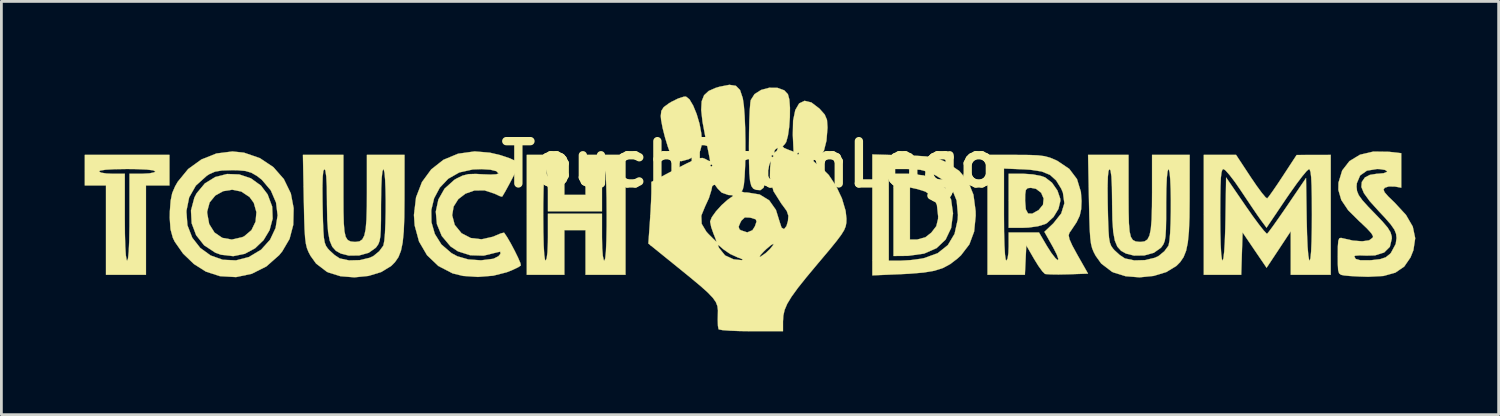
<source format=kicad_pcb>
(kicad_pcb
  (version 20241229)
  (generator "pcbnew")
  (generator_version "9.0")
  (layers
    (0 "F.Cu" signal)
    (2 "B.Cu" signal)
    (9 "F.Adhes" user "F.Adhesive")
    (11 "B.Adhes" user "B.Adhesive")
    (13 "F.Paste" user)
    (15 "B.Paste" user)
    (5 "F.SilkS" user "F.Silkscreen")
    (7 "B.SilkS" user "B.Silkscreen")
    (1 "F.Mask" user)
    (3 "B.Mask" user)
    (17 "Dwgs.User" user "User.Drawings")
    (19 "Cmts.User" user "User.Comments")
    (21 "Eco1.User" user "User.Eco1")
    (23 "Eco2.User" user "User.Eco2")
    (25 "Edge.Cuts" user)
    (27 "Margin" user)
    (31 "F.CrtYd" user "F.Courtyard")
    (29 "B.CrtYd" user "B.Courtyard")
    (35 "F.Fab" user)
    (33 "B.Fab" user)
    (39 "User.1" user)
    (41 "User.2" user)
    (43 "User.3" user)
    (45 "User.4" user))
  (footprint "TouchDrumLogo"
    (layer "F.Cu")
    (at 23.966 2.868)
    (property "Reference" "TouchDrumLogo" (at 0 0 0) (layer "F.SilkS") (effects (font (size 1.524 1.524) (thickness 0.3))))
    (attr through_hole)
    (fp_poly (pts (xy -2.184 -2.341) (xy -2.05 -2.116) (xy -1.924 -1.809) (xy -1.821 -1.46) (xy -1.757 -1.114) (xy -1.745 -0.943) (xy -1.751 -0.662) (xy -1.796 -0.49) (xy -1.9 -0.367) (xy -1.947 -0.33) (xy -2.207 -0.185) (xy -2.47 -0.114) (xy -2.684 -0.128) (xy -2.769 -0.183) (xy -2.857 -0.35) (xy -2.96 -0.628) (xy -3.063 -0.966) (xy -3.15 -1.308) (xy -3.205 -1.6) (xy -3.217 -1.741) (xy -3.197 -1.924) (xy -3.111 -2.059) (xy -2.921 -2.198) (xy -2.839 -2.247) (xy -2.593 -2.369) (xy -2.385 -2.436) (xy -2.31 -2.44) (xy -2.184 -2.341)) (stroke (width 0.01) (type solid)) (fill yes) (layer "F.SilkS"))
    (fp_poly (pts (xy 6.253 0.4) (xy 6.704 0.579) (xy 7.035 0.87) (xy 7.239 1.267) (xy 7.309 1.765) (xy 7.309 1.768) (xy 7.242 2.292) (xy 7.043 2.71) (xy 6.717 3.019) (xy 6.267 3.216) (xy 5.697 3.296) (xy 5.609 3.298) (xy 5.165 3.302) (xy 5.165 2.709) (xy 5.757 2.709) (xy 6.018 2.709) (xy 6.313 2.628) (xy 6.526 2.462) (xy 6.706 2.229) (xy 6.77 1.968) (xy 6.773 1.873) (xy 6.728 1.46) (xy 6.579 1.17) (xy 6.311 0.981) (xy 6.03 0.893) (xy 5.757 0.833) (xy 5.757 2.709) (xy 5.165 2.709) (xy 5.165 0.339) (xy 5.688 0.339) (xy 6.253 0.4)) (stroke (width 0.01) (type solid)) (fill yes) (layer "F.SilkS"))
    (fp_poly (pts (xy 10.186 0.363) (xy 10.502 0.426) (xy 10.627 0.472) (xy 10.873 0.662) (xy 11.069 0.942) (xy 11.171 1.24) (xy 11.176 1.312) (xy 11.107 1.604) (xy 10.93 1.896) (xy 10.693 2.116) (xy 10.627 2.152) (xy 10.368 2.231) (xy 10.023 2.279) (xy 9.83 2.286) (xy 9.313 2.286) (xy 9.313 1.312) (xy 9.906 1.312) (xy 9.93 1.619) (xy 10.012 1.77) (xy 10.163 1.776) (xy 10.395 1.646) (xy 10.55 1.455) (xy 10.573 1.232) (xy 10.483 1.024) (xy 10.296 0.882) (xy 10.112 0.847) (xy 9.994 0.86) (xy 9.932 0.926) (xy 9.909 1.087) (xy 9.906 1.312) (xy 9.313 1.312) (xy 9.313 0.339) (xy 9.83 0.339) (xy 10.186 0.363)) (stroke (width 0.01) (type solid)) (fill yes) (layer "F.SilkS"))
    (fp_poly (pts (xy -20.913 0.762) (xy -21.759 0.762) (xy -21.759 3.979) (xy -23.199 3.979) (xy -23.199 0.762) (xy -23.961 0.762) (xy -23.961 0.254) (xy -23.453 0.254) (xy -23.376 0.3) (xy -23.179 0.331) (xy -22.987 0.339) (xy -22.521 0.339) (xy -22.521 1.905) (xy -22.517 2.498) (xy -22.504 2.96) (xy -22.483 3.28) (xy -22.454 3.448) (xy -22.437 3.471) (xy -22.405 3.389) (xy -22.38 3.147) (xy -22.362 2.759) (xy -22.353 2.234) (xy -22.352 1.905) (xy -22.352 0.339) (xy -21.886 0.339) (xy -21.631 0.325) (xy -21.462 0.289) (xy -21.421 0.254) (xy -21.502 0.217) (xy -21.733 0.189) (xy -22.095 0.173) (xy -22.437 0.169) (xy -22.883 0.176) (xy -23.213 0.195) (xy -23.407 0.226) (xy -23.453 0.254) (xy -23.961 0.254) (xy -23.961 -0.339) (xy -20.913 -0.339) (xy -20.913 0.762)) (stroke (width 0.01) (type solid)) (fill yes) (layer "F.SilkS"))
    (fp_poly (pts (xy -18.399 0.365) (xy -17.981 0.504) (xy -17.618 0.766) (xy -17.377 1.083) (xy -17.213 1.522) (xy -17.196 1.958) (xy -17.306 2.369) (xy -17.523 2.731) (xy -17.827 3.023) (xy -18.198 3.223) (xy -18.615 3.308) (xy -19.059 3.256) (xy -19.262 3.182) (xy -19.664 2.917) (xy -19.952 2.553) (xy -20.113 2.123) (xy -20.133 1.75) (xy -19.555 1.75) (xy -19.482 2.151) (xy -19.291 2.456) (xy -19.01 2.648) (xy -18.667 2.71) (xy -18.29 2.624) (xy -18.216 2.589) (xy -17.958 2.369) (xy -17.811 2.064) (xy -17.781 1.722) (xy -17.875 1.389) (xy -18.027 1.179) (xy -18.325 0.981) (xy -18.654 0.915) (xy -18.979 0.968) (xy -19.262 1.125) (xy -19.466 1.374) (xy -19.554 1.7) (xy -19.555 1.75) (xy -20.133 1.75) (xy -20.137 1.66) (xy -20.015 1.199) (xy -19.935 1.044) (xy -19.638 0.688) (xy -19.261 0.456) (xy -18.837 0.349) (xy -18.399 0.365)) (stroke (width 0.01) (type solid)) (fill yes) (layer "F.SilkS"))
    (fp_poly (pts (xy 5.524 -0.323) (xy 5.995 -0.307) (xy 6.335 -0.285) (xy 6.584 -0.251) (xy 6.782 -0.199) (xy 6.968 -0.121) (xy 7.086 -0.062) (xy 7.536 0.241) (xy 7.853 0.621) (xy 8.045 1.096) (xy 8.123 1.683) (xy 8.126 1.854) (xy 8.07 2.42) (xy 7.898 2.883) (xy 7.595 3.278) (xy 7.464 3.398) (xy 7.209 3.593) (xy 6.945 3.735) (xy 6.636 3.834) (xy 6.248 3.899) (xy 5.744 3.941) (xy 5.44 3.956) (xy 4.403 4) (xy 4.403 0.169) (xy 4.995 0.169) (xy 4.995 3.471) (xy 5.414 3.471) (xy 5.767 3.451) (xy 6.146 3.402) (xy 6.264 3.379) (xy 6.755 3.202) (xy 7.123 2.909) (xy 7.365 2.504) (xy 7.478 1.992) (xy 7.486 1.82) (xy 7.44 1.308) (xy 7.28 0.908) (xy 6.992 0.593) (xy 6.692 0.402) (xy 6.405 0.27) (xy 6.135 0.199) (xy 5.807 0.172) (xy 5.621 0.169) (xy 4.995 0.169) (xy 4.403 0.169) (xy 4.403 -0.355) (xy 5.524 -0.323)) (stroke (width 0.01) (type solid)) (fill yes) (layer "F.SilkS"))
    (fp_poly (pts (xy -6.689 1.101) (xy -5.927 1.101) (xy -5.927 -0.339) (xy -4.487 -0.339) (xy -4.487 3.979) (xy -5.927 3.979) (xy -5.927 2.371) (xy -6.689 2.371) (xy -6.689 3.979) (xy -8.043 3.979) (xy -8.043 1.82) (xy -7.451 1.82) (xy -7.446 2.433) (xy -7.434 2.914) (xy -7.414 3.252) (xy -7.387 3.437) (xy -7.366 3.471) (xy -7.327 3.391) (xy -7.298 3.166) (xy -7.283 2.82) (xy -7.281 2.625) (xy -7.281 1.778) (xy -5.334 1.778) (xy -5.334 2.625) (xy -5.326 3.018) (xy -5.303 3.302) (xy -5.269 3.453) (xy -5.249 3.471) (xy -5.218 3.388) (xy -5.193 3.146) (xy -5.176 2.756) (xy -5.166 2.226) (xy -5.165 1.82) (xy -5.169 1.208) (xy -5.181 0.727) (xy -5.201 0.389) (xy -5.229 0.203) (xy -5.249 0.169) (xy -5.29 0.249) (xy -5.319 0.471) (xy -5.333 0.805) (xy -5.334 0.931) (xy -5.334 1.693) (xy -7.281 1.693) (xy -7.281 0.931) (xy -7.29 0.566) (xy -7.315 0.306) (xy -7.352 0.178) (xy -7.366 0.169) (xy -7.397 0.252) (xy -7.422 0.494) (xy -7.439 0.885) (xy -7.449 1.414) (xy -7.451 1.82) (xy -8.043 1.82) (xy -8.043 -0.339) (xy -6.689 -0.339) (xy -6.689 1.101)) (stroke (width 0.01) (type solid)) (fill yes) (layer "F.SilkS"))
    (fp_poly (pts (xy -18.23 -0.42) (xy -17.655 -0.222) (xy -17.169 0.103) (xy -16.792 0.533) (xy -16.541 1.049) (xy -16.44 1.579) (xy -16.454 2.18) (xy -16.587 2.687) (xy -16.852 3.138) (xy -16.963 3.273) (xy -17.422 3.678) (xy -17.949 3.943) (xy -18.515 4.062) (xy -19.093 4.029) (xy -19.6 3.865) (xy -20.031 3.592) (xy -20.423 3.215) (xy -20.721 2.79) (xy -20.79 2.648) (xy -20.875 2.339) (xy -20.903 1.928) (xy -20.898 1.687) (xy -20.303 1.687) (xy -20.265 2.196) (xy -20.091 2.644) (xy -19.804 3.012) (xy -19.43 3.283) (xy -18.993 3.438) (xy -18.518 3.46) (xy -18.054 3.34) (xy -17.611 3.074) (xy -17.289 2.716) (xy -17.09 2.294) (xy -17.017 1.838) (xy -17.074 1.377) (xy -17.262 0.94) (xy -17.585 0.557) (xy -17.766 0.416) (xy -17.965 0.302) (xy -18.181 0.239) (xy -18.473 0.214) (xy -18.669 0.212) (xy -19.024 0.223) (xy -19.27 0.264) (xy -19.47 0.351) (xy -19.572 0.416) (xy -19.962 0.767) (xy -20.203 1.191) (xy -20.303 1.687) (xy -20.898 1.687) (xy -20.898 1.687) (xy -20.87 1.312) (xy -20.814 1.038) (xy -20.709 0.793) (xy -20.614 0.628) (xy -20.239 0.17) (xy -19.763 -0.174) (xy -19.221 -0.39) (xy -18.644 -0.463) (xy -18.23 -0.42)) (stroke (width 0.01) (type solid)) (fill yes) (layer "F.SilkS"))
    (fp_poly (pts (xy 10.044 -0.336) (xy 10.367 -0.323) (xy 10.605 -0.293) (xy 10.798 -0.241) (xy 10.99 -0.161) (xy 11.076 -0.119) (xy 11.497 0.165) (xy 11.774 0.532) (xy 11.915 0.994) (xy 11.938 1.32) (xy 11.925 1.615) (xy 11.872 1.852) (xy 11.758 2.089) (xy 11.56 2.385) (xy 11.505 2.461) (xy 11.474 2.555) (xy 11.504 2.7) (xy 11.605 2.926) (xy 11.789 3.263) (xy 11.79 3.265) (xy 12.172 3.937) (xy 11.448 3.962) (xy 11.106 3.969) (xy 10.824 3.965) (xy 10.648 3.953) (xy 10.621 3.947) (xy 10.529 3.858) (xy 10.387 3.663) (xy 10.233 3.414) (xy 9.948 2.921) (xy 9.923 3.45) (xy 9.898 3.979) (xy 8.551 3.979) (xy 8.551 1.812) (xy 9.144 1.812) (xy 9.148 2.426) (xy 9.161 2.909) (xy 9.181 3.249) (xy 9.208 3.436) (xy 9.229 3.471) (xy 9.274 3.394) (xy 9.304 3.193) (xy 9.313 2.963) (xy 9.313 2.455) (xy 10.406 2.455) (xy 10.687 2.936) (xy 10.848 3.189) (xy 10.993 3.376) (xy 11.083 3.454) (xy 11.102 3.408) (xy 11.045 3.247) (xy 10.92 3.001) (xy 10.899 2.963) (xy 10.6 2.432) (xy 10.923 2.126) (xy 11.206 1.771) (xy 11.32 1.404) (xy 11.267 1.022) (xy 11.206 0.877) (xy 11.023 0.58) (xy 10.8 0.38) (xy 10.5 0.258) (xy 10.087 0.196) (xy 9.858 0.182) (xy 9.144 0.152) (xy 9.144 1.812) (xy 8.551 1.812) (xy 8.551 -0.339) (xy 9.593 -0.339) (xy 10.044 -0.336)) (stroke (width 0.01) (type solid)) (fill yes) (layer "F.SilkS"))
    (fp_poly (pts (xy 18.033 0.464) (xy 18.248 0.779) (xy 18.432 1.029) (xy 18.565 1.187) (xy 18.624 1.229) (xy 18.693 1.147) (xy 18.832 0.953) (xy 19.019 0.679) (xy 19.185 0.428) (xy 19.685 -0.336) (xy 20.299 -0.337) (xy 20.913 -0.339) (xy 20.913 3.979) (xy 19.473 3.979) (xy 19.473 3.196) (xy 19.472 2.413) (xy 19.038 3.07) (xy 18.603 3.726) (xy 18.17 3.09) (xy 17.738 2.453) (xy 17.713 3.216) (xy 17.689 3.979) (xy 16.341 3.979) (xy 16.341 1.82) (xy 16.933 1.82) (xy 16.937 2.411) (xy 16.949 2.885) (xy 16.968 3.228) (xy 16.994 3.426) (xy 17.016 3.471) (xy 17.047 3.39) (xy 17.075 3.156) (xy 17.098 2.789) (xy 17.115 2.307) (xy 17.122 1.973) (xy 17.145 0.474) (xy 17.853 1.506) (xy 18.105 1.866) (xy 18.326 2.165) (xy 18.498 2.382) (xy 18.602 2.492) (xy 18.623 2.5) (xy 18.691 2.419) (xy 18.834 2.225) (xy 19.034 1.942) (xy 19.272 1.599) (xy 19.355 1.477) (xy 20.024 0.493) (xy 20.047 1.982) (xy 20.06 2.523) (xy 20.079 2.959) (xy 20.105 3.272) (xy 20.134 3.443) (xy 20.153 3.471) (xy 20.182 3.389) (xy 20.206 3.151) (xy 20.223 2.773) (xy 20.233 2.266) (xy 20.235 1.82) (xy 20.233 1.223) (xy 20.224 0.778) (xy 20.209 0.468) (xy 20.186 0.276) (xy 20.153 0.185) (xy 20.13 0.173) (xy 20.047 0.241) (xy 19.892 0.426) (xy 19.682 0.703) (xy 19.437 1.048) (xy 19.312 1.23) (xy 18.601 2.284) (xy 18.405 2.019) (xy 18.277 1.838) (xy 18.086 1.558) (xy 17.86 1.221) (xy 17.687 0.962) (xy 17.468 0.644) (xy 17.272 0.387) (xy 17.123 0.219) (xy 17.049 0.169) (xy 17.008 0.198) (xy 16.978 0.298) (xy 16.956 0.487) (xy 16.943 0.787) (xy 16.936 1.216) (xy 16.933 1.794) (xy 16.933 1.82) (xy 16.341 1.82) (xy 16.341 -0.339) (xy 17.504 -0.339) (xy 18.033 0.464)) (stroke (width 0.01) (type solid)) (fill yes) (layer "F.SilkS"))
    (fp_poly (pts (xy -9.372 -0.419) (xy -9.001 -0.332) (xy -8.656 -0.217) (xy -8.392 -0.094) (xy -8.309 -0.036) (xy -8.335 0.04) (xy -8.421 0.222) (xy -8.543 0.464) (xy -8.68 0.725) (xy -8.808 0.96) (xy -8.905 1.126) (xy -8.932 1.166) (xy -9.01 1.147) (xy -9.176 1.07) (xy -9.195 1.06) (xy -9.568 0.938) (xy -9.929 0.943) (xy -10.251 1.056) (xy -10.51 1.255) (xy -10.678 1.521) (xy -10.73 1.833) (xy -10.641 2.172) (xy -10.632 2.19) (xy -10.393 2.482) (xy -10.06 2.655) (xy -9.67 2.7) (xy -9.256 2.607) (xy -9.175 2.571) (xy -8.982 2.49) (xy -8.867 2.462) (xy -8.857 2.465) (xy -8.753 2.619) (xy -8.619 2.85) (xy -8.48 3.112) (xy -8.357 3.362) (xy -8.275 3.554) (xy -8.256 3.642) (xy -8.354 3.709) (xy -8.562 3.807) (xy -8.768 3.889) (xy -9.255 4.012) (xy -9.803 4.056) (xy -10.338 4.02) (xy -10.713 3.929) (xy -11.228 3.662) (xy -11.636 3.273) (xy -11.924 2.78) (xy -12.081 2.202) (xy -12.107 1.825) (xy -12.086 1.65) (xy -11.483 1.65) (xy -11.476 2.087) (xy -11.355 2.508) (xy -11.117 2.888) (xy -10.755 3.199) (xy -10.545 3.312) (xy -10.149 3.426) (xy -9.692 3.458) (xy -9.261 3.404) (xy -9.235 3.397) (xy -9.063 3.31) (xy -8.991 3.223) (xy -8.999 3.146) (xy -9.111 3.17) (xy -9.594 3.289) (xy -10.08 3.275) (xy -10.523 3.134) (xy -10.791 2.955) (xy -11.105 2.581) (xy -11.28 2.153) (xy -11.32 1.705) (xy -11.227 1.269) (xy -11.005 0.877) (xy -10.656 0.562) (xy -10.578 0.515) (xy -10.356 0.407) (xy -10.145 0.354) (xy -9.877 0.346) (xy -9.643 0.359) (xy -9.354 0.37) (xy -9.145 0.36) (xy -9.06 0.331) (xy -9.059 0.329) (xy -9.138 0.247) (xy -9.354 0.194) (xy -9.676 0.174) (xy -9.985 0.185) (xy -10.473 0.293) (xy -10.872 0.52) (xy -11.176 0.84) (xy -11.381 1.225) (xy -11.483 1.65) (xy -12.086 1.65) (xy -12.031 1.189) (xy -11.818 0.638) (xy -11.484 0.183) (xy -11.045 -0.162) (xy -10.517 -0.382) (xy -9.918 -0.465) (xy -9.372 -0.419)) (stroke (width 0.01) (type solid)) (fill yes) (layer "F.SilkS"))
    (fp_poly (pts (xy 23.008 -0.451) (xy 23.453 -0.4) (xy 23.453 0.842) (xy 23.22 0.8) (xy 23.002 0.798) (xy 22.86 0.844) (xy 22.815 0.907) (xy 22.852 1.005) (xy 22.988 1.161) (xy 23.218 1.383) (xy 23.624 1.823) (xy 23.868 2.244) (xy 23.956 2.662) (xy 23.891 3.093) (xy 23.786 3.355) (xy 23.56 3.683) (xy 23.241 3.902) (xy 22.81 4.022) (xy 22.262 4.051) (xy 21.917 4.04) (xy 21.609 4.023) (xy 21.404 4.004) (xy 21.399 4.003) (xy 21.284 3.98) (xy 21.215 3.928) (xy 21.18 3.811) (xy 21.168 3.593) (xy 21.167 3.309) (xy 21.759 3.309) (xy 21.813 3.409) (xy 21.986 3.457) (xy 22.299 3.457) (xy 22.386 3.452) (xy 22.695 3.416) (xy 22.895 3.349) (xy 23.048 3.226) (xy 23.084 3.185) (xy 23.254 2.868) (xy 23.283 2.657) (xy 23.267 2.505) (xy 23.206 2.353) (xy 23.077 2.168) (xy 22.862 1.921) (xy 22.648 1.693) (xy 22.316 1.325) (xy 22.109 1.04) (xy 22.017 0.818) (xy 22.032 0.636) (xy 22.145 0.473) (xy 22.146 0.472) (xy 22.323 0.381) (xy 22.582 0.339) (xy 22.612 0.339) (xy 22.822 0.32) (xy 22.937 0.272) (xy 22.945 0.254) (xy 22.869 0.203) (xy 22.679 0.173) (xy 22.58 0.169) (xy 22.216 0.229) (xy 21.971 0.402) (xy 21.853 0.682) (xy 21.844 0.81) (xy 21.86 0.961) (xy 21.921 1.11) (xy 22.049 1.289) (xy 22.265 1.529) (xy 22.479 1.749) (xy 22.772 2.055) (xy 22.961 2.276) (xy 23.066 2.446) (xy 23.109 2.593) (xy 23.114 2.672) (xy 23.043 2.971) (xy 22.837 3.176) (xy 22.508 3.28) (xy 22.205 3.288) (xy 21.957 3.28) (xy 21.795 3.292) (xy 21.759 3.309) (xy 21.167 3.309) (xy 21.167 3.291) (xy 21.17 2.954) (xy 21.186 2.756) (xy 21.222 2.665) (xy 21.284 2.649) (xy 21.315 2.657) (xy 21.711 2.747) (xy 22.047 2.773) (xy 22.295 2.738) (xy 22.425 2.643) (xy 22.437 2.589) (xy 22.377 2.485) (xy 22.217 2.309) (xy 21.991 2.094) (xy 21.94 2.049) (xy 21.541 1.653) (xy 21.294 1.285) (xy 21.188 0.925) (xy 21.192 0.662) (xy 21.326 0.222) (xy 21.588 -0.116) (xy 21.967 -0.346) (xy 22.451 -0.459) (xy 23.008 -0.451)) (stroke (width 0.01) (type solid)) (fill yes) (layer "F.SilkS"))
    (fp_poly (pts (xy -14.647 1.126) (xy -14.645 1.697) (xy -14.634 2.12) (xy -14.609 2.418) (xy -14.565 2.613) (xy -14.494 2.725) (xy -14.391 2.778) (xy -14.251 2.794) (xy -14.205 2.794) (xy -14.069 2.775) (xy -13.967 2.705) (xy -13.894 2.564) (xy -13.845 2.331) (xy -13.817 1.985) (xy -13.803 1.507) (xy -13.801 1.01) (xy -13.801 -0.339) (xy -12.446 -0.339) (xy -12.448 1.249) (xy -12.454 1.907) (xy -12.474 2.421) (xy -12.513 2.815) (xy -12.575 3.114) (xy -12.665 3.342) (xy -12.789 3.523) (xy -12.924 3.659) (xy -13.285 3.88) (xy -13.745 4.02) (xy -14.251 4.071) (xy -14.751 4.031) (xy -15.194 3.894) (xy -15.248 3.868) (xy -15.631 3.575) (xy -15.832 3.296) (xy -15.905 3.157) (xy -15.96 3.021) (xy -15.999 2.859) (xy -16.027 2.644) (xy -16.046 2.348) (xy -16.06 1.943) (xy -16.071 1.401) (xy -16.074 1.291) (xy -16.083 0.815) (xy -15.403 0.815) (xy -15.399 1.338) (xy -15.396 1.517) (xy -15.384 2.025) (xy -15.37 2.392) (xy -15.35 2.647) (xy -15.32 2.82) (xy -15.275 2.938) (xy -15.21 3.032) (xy -15.155 3.093) (xy -14.965 3.267) (xy -14.787 3.385) (xy -14.774 3.391) (xy -14.444 3.461) (xy -14.057 3.451) (xy -13.7 3.366) (xy -13.566 3.302) (xy -13.358 3.132) (xy -13.216 2.939) (xy -13.206 2.915) (xy -13.174 2.753) (xy -13.15 2.475) (xy -13.134 2.117) (xy -13.125 1.711) (xy -13.124 1.294) (xy -13.131 0.897) (xy -13.145 0.557) (xy -13.167 0.306) (xy -13.197 0.178) (xy -13.208 0.169) (xy -13.242 0.252) (xy -13.268 0.489) (xy -13.285 0.868) (xy -13.292 1.374) (xy -13.293 1.477) (xy -13.294 1.977) (xy -13.301 2.338) (xy -13.316 2.588) (xy -13.344 2.757) (xy -13.388 2.874) (xy -13.453 2.97) (xy -13.486 3.009) (xy -13.737 3.187) (xy -14.08 3.282) (xy -14.453 3.287) (xy -14.741 3.214) (xy -14.919 3.114) (xy -15.05 2.967) (xy -15.142 2.748) (xy -15.199 2.435) (xy -15.23 2.004) (xy -15.24 1.429) (xy -15.24 1.357) (xy -15.246 0.814) (xy -15.265 0.437) (xy -15.297 0.223) (xy -15.332 0.169) (xy -15.37 0.239) (xy -15.393 0.451) (xy -15.403 0.815) (xy -16.083 0.815) (xy -16.105 -0.339) (xy -14.647 -0.339) (xy -14.647 1.126)) (stroke (width 0.01) (type solid)) (fill yes) (layer "F.SilkS"))
    (fp_poly (pts (xy 13.631 1.126) (xy 13.634 1.697) (xy 13.644 2.12) (xy 13.669 2.418) (xy 13.714 2.613) (xy 13.785 2.725) (xy 13.887 2.778) (xy 14.027 2.794) (xy 14.074 2.794) (xy 14.21 2.775) (xy 14.312 2.705) (xy 14.385 2.564) (xy 14.433 2.331) (xy 14.462 1.985) (xy 14.475 1.507) (xy 14.478 1.01) (xy 14.478 -0.339) (xy 15.833 -0.339) (xy 15.831 1.249) (xy 15.825 1.907) (xy 15.805 2.421) (xy 15.766 2.815) (xy 15.704 3.114) (xy 15.613 3.342) (xy 15.49 3.523) (xy 15.355 3.659) (xy 14.994 3.88) (xy 14.534 4.02) (xy 14.028 4.071) (xy 13.528 4.031) (xy 13.084 3.894) (xy 13.031 3.868) (xy 12.648 3.575) (xy 12.447 3.296) (xy 12.374 3.157) (xy 12.319 3.021) (xy 12.279 2.859) (xy 12.252 2.644) (xy 12.233 2.348) (xy 12.219 1.943) (xy 12.207 1.401) (xy 12.205 1.291) (xy 12.196 0.815) (xy 12.876 0.815) (xy 12.88 1.338) (xy 12.883 1.517) (xy 12.895 2.025) (xy 12.909 2.392) (xy 12.928 2.647) (xy 12.959 2.82) (xy 13.004 2.938) (xy 13.069 3.032) (xy 13.123 3.093) (xy 13.314 3.267) (xy 13.492 3.385) (xy 13.504 3.391) (xy 13.835 3.461) (xy 14.222 3.451) (xy 14.579 3.366) (xy 14.713 3.302) (xy 14.921 3.132) (xy 15.063 2.939) (xy 15.073 2.915) (xy 15.105 2.753) (xy 15.129 2.475) (xy 15.145 2.117) (xy 15.154 1.711) (xy 15.155 1.294) (xy 15.148 0.897) (xy 15.133 0.557) (xy 15.112 0.306) (xy 15.082 0.178) (xy 15.071 0.169) (xy 15.037 0.252) (xy 15.01 0.489) (xy 14.993 0.868) (xy 14.986 1.374) (xy 14.986 1.477) (xy 14.985 1.977) (xy 14.978 2.338) (xy 14.963 2.588) (xy 14.935 2.757) (xy 14.89 2.874) (xy 14.826 2.97) (xy 14.793 3.009) (xy 14.542 3.187) (xy 14.199 3.282) (xy 13.826 3.287) (xy 13.538 3.214) (xy 13.36 3.114) (xy 13.228 2.967) (xy 13.137 2.748) (xy 13.079 2.435) (xy 13.049 2.004) (xy 13.039 1.429) (xy 13.039 1.357) (xy 13.032 0.814) (xy 13.014 0.437) (xy 12.982 0.223) (xy 12.947 0.169) (xy 12.909 0.239) (xy 12.886 0.451) (xy 12.876 0.815) (xy 12.196 0.815) (xy 12.174 -0.339) (xy 13.631 -0.339) (xy 13.631 1.126)) (stroke (width 0.01) (type solid)) (fill yes) (layer "F.SilkS"))
    (fp_poly (pts (xy -0.512 -2.828) (xy -0.363 -2.677) (xy -0.267 -2.392) (xy -0.261 -2.367) (xy -0.224 -2.109) (xy -0.196 -1.748) (xy -0.178 -1.317) (xy -0.169 -0.848) (xy -0.169 -0.376) (xy -0.179 0.068) (xy -0.197 0.45) (xy -0.224 0.738) (xy -0.26 0.898) (xy -0.271 0.914) (xy -0.305 0.984) (xy -0.205 1.013) (xy -0.093 1.016) (xy 0.345 1.087) (xy 0.688 1.297) (xy 0.931 1.642) (xy 1.061 2.06) (xy 1.133 2.279) (xy 1.222 2.334) (xy 1.31 2.226) (xy 1.364 2.043) (xy 1.379 1.853) (xy 1.321 1.681) (xy 1.164 1.465) (xy 1.136 1.431) (xy 0.843 0.967) (xy 0.715 0.474) (xy 0.721 0.13) (xy 0.742 -0.069) (xy 0.736 -0.111) (xy 0.699 -0.005) (xy 0.685 0.042) (xy 0.617 0.307) (xy 0.557 0.601) (xy 0.555 0.614) (xy 0.485 0.845) (xy 0.375 0.929) (xy 0.356 0.93) (xy 0.217 0.92) (xy 0.116 0.877) (xy 0.045 0.78) (xy -0.00047 0.604) (xy -0.026 0.329) (xy -0.038 -0.069) (xy -0.038 -0.212) (xy 2.032 -0.212) (xy 2.074 -0.169) (xy 2.117 -0.212) (xy 2.074 -0.254) (xy 2.032 -0.212) (xy -0.038 -0.212) (xy -0.039 -0.296) (xy 0.762 -0.296) (xy 0.804 -0.254) (xy 0.847 -0.296) (xy 1.863 -0.296) (xy 1.905 -0.254) (xy 1.947 -0.296) (xy 1.905 -0.339) (xy 1.863 -0.296) (xy 0.847 -0.296) (xy 0.804 -0.339) (xy 0.762 -0.296) (xy -0.039 -0.296) (xy -0.039 -0.381) (xy 1.693 -0.381) (xy 1.736 -0.339) (xy 1.778 -0.381) (xy 1.736 -0.423) (xy 1.693 -0.381) (xy -0.039 -0.381) (xy -0.04 -0.429) (xy 0.867 -0.429) (xy 0.879 -0.423) (xy 0.956 -0.483) (xy 0.974 -0.508) (xy 0.995 -0.587) (xy 0.984 -0.593) (xy 0.906 -0.533) (xy 0.889 -0.508) (xy 0.867 -0.429) (xy -0.04 -0.429) (xy -0.041 -0.613) (xy -0.041 -0.652) (xy -0.037 -1.144) (xy -0.027 -1.592) (xy -0.011 -1.962) (xy 0.009 -2.22) (xy 0.024 -2.313) (xy 0.16 -2.528) (xy 0.398 -2.679) (xy 0.689 -2.757) (xy 0.983 -2.755) (xy 1.231 -2.665) (xy 1.363 -2.524) (xy 1.414 -2.334) (xy 1.436 -2.042) (xy 1.433 -1.696) (xy 1.408 -1.343) (xy 1.363 -1.031) (xy 1.302 -0.806) (xy 1.249 -0.725) (xy 1.172 -0.647) (xy 1.227 -0.587) (xy 1.34 -0.539) (xy 1.566 -0.454) (xy 1.539 -1.061) (xy 1.549 -1.574) (xy 1.628 -1.954) (xy 1.768 -2.194) (xy 1.964 -2.287) (xy 2.208 -2.228) (xy 2.494 -2.01) (xy 2.506 -1.998) (xy 2.688 -1.792) (xy 2.77 -1.6) (xy 2.788 -1.336) (xy 2.787 -1.3) (xy 2.751 -0.851) (xy 2.662 -0.499) (xy 2.53 -0.268) (xy 2.386 -0.184) (xy 2.286 -0.159) (xy 2.289 -0.107) (xy 2.409 -0.002) (xy 2.542 0.096) (xy 2.83 0.381) (xy 3.095 0.777) (xy 3.308 1.229) (xy 3.441 1.677) (xy 3.471 1.958) (xy 3.467 2.102) (xy 3.444 2.231) (xy 3.388 2.369) (xy 3.284 2.537) (xy 3.118 2.759) (xy 2.875 3.059) (xy 2.539 3.458) (xy 2.445 3.569) (xy 2.031 4.065) (xy 1.717 4.458) (xy 1.491 4.771) (xy 1.337 5.025) (xy 1.244 5.243) (xy 1.198 5.448) (xy 1.185 5.662) (xy 1.185 5.67) (xy 1.185 6.011) (xy 0.047 6.011) (xy -0.374 6.006) (xy -0.732 5.992) (xy -0.994 5.972) (xy -1.126 5.946) (xy -1.135 5.939) (xy -1.158 5.819) (xy -1.165 5.591) (xy -1.161 5.438) (xy -1.158 5.259) (xy -1.177 5.107) (xy -1.233 4.962) (xy -1.343 4.806) (xy -1.522 4.619) (xy -1.786 4.383) (xy -2.151 4.079) (xy -2.615 3.702) (xy -3.591 2.912) (xy -1.161 2.912) (xy -1.118 3.011) (xy -1.117 3.013) (xy -0.903 3.28) (xy -0.594 3.422) (xy -0.296 3.453) (xy -0.258 3.433) (xy -0.361 3.382) (xy -0.438 3.357) (xy -0.485 3.335) (xy 0.339 3.335) (xy 0.382 3.323) (xy 0.571 3.19) (xy 0.713 3.055) (xy 0.832 2.908) (xy 0.839 2.862) (xy 0.751 2.912) (xy 0.585 3.052) (xy 0.508 3.125) (xy 0.373 3.27) (xy 0.339 3.335) (xy -0.485 3.335) (xy -0.717 3.23) (xy -0.968 3.057) (xy -0.978 3.048) (xy -1.121 2.923) (xy -1.161 2.912) (xy -3.591 2.912) (xy -3.664 2.853) (xy -3.61 2.091) (xy -3.595 1.848) (xy -1.757 1.848) (xy -1.744 2.143) (xy -1.574 2.427) (xy -1.503 2.505) (xy -1.337 2.671) (xy -1.23 2.773) (xy -1.211 2.789) (xy -1.229 2.724) (xy -1.294 2.555) (xy -1.317 2.5) (xy -1.399 2.265) (xy -1.403 2.246) (xy -0.413 2.246) (xy -0.384 2.338) (xy -0.335 2.375) (xy -0.101 2.452) (xy 0.085 2.374) (xy 0.174 2.232) (xy 0.232 2.062) (xy 0.206 1.983) (xy 0.061 1.935) (xy -0.008 1.919) (xy -0.189 1.912) (xy -0.311 2.026) (xy -0.343 2.082) (xy -0.413 2.246) (xy -1.403 2.246) (xy -1.438 2.074) (xy -1.439 2.056) (xy -1.379 1.905) (xy -1.228 1.694) (xy -1.025 1.47) (xy -0.809 1.278) (xy -0.714 1.211) (xy -0.612 1.139) (xy -0.653 1.111) (xy -0.776 1.106) (xy -1.021 1.02) (xy -1.168 0.873) (xy -1.334 0.645) (xy -1.395 0.936) (xy -1.483 1.218) (xy -1.612 1.499) (xy -1.617 1.508) (xy -1.757 1.848) (xy -3.595 1.848) (xy -3.585 1.7) (xy -3.566 1.329) (xy -3.556 1.043) (xy -3.555 0.982) (xy -3.555 0.635) (xy -2.669 0.169) (xy -2.423 0.042) (xy -1.439 0.042) (xy -1.397 0.085) (xy -1.355 0.042) (xy -1.397 0) (xy -1.439 0.042) (xy -2.423 0.042) (xy -2.283 -0.03) (xy -2.015 -0.156) (xy -1.835 -0.219) (xy -1.714 -0.229) (xy -1.621 -0.196) (xy -1.611 -0.19) (xy -1.481 -0.121) (xy -1.439 -0.117) (xy -1.455 -0.209) (xy -1.498 -0.43) (xy -1.561 -0.742) (xy -1.609 -0.974) (xy -1.714 -1.535) (xy -1.761 -1.959) (xy -1.744 -2.269) (xy -1.657 -2.488) (xy -1.491 -2.642) (xy -1.242 -2.752) (xy -1.094 -2.796) (xy -0.745 -2.863) (xy -0.512 -2.828)) (stroke (width 0.01) (type solid)) (fill yes) (layer "F.SilkS")))
  (gr_rect
    (start -3 -3)
    (end 50.927 11.884)
    (stroke (width 0.1) (type default))
    (fill no)
    (layer "Edge.Cuts")))
</source>
